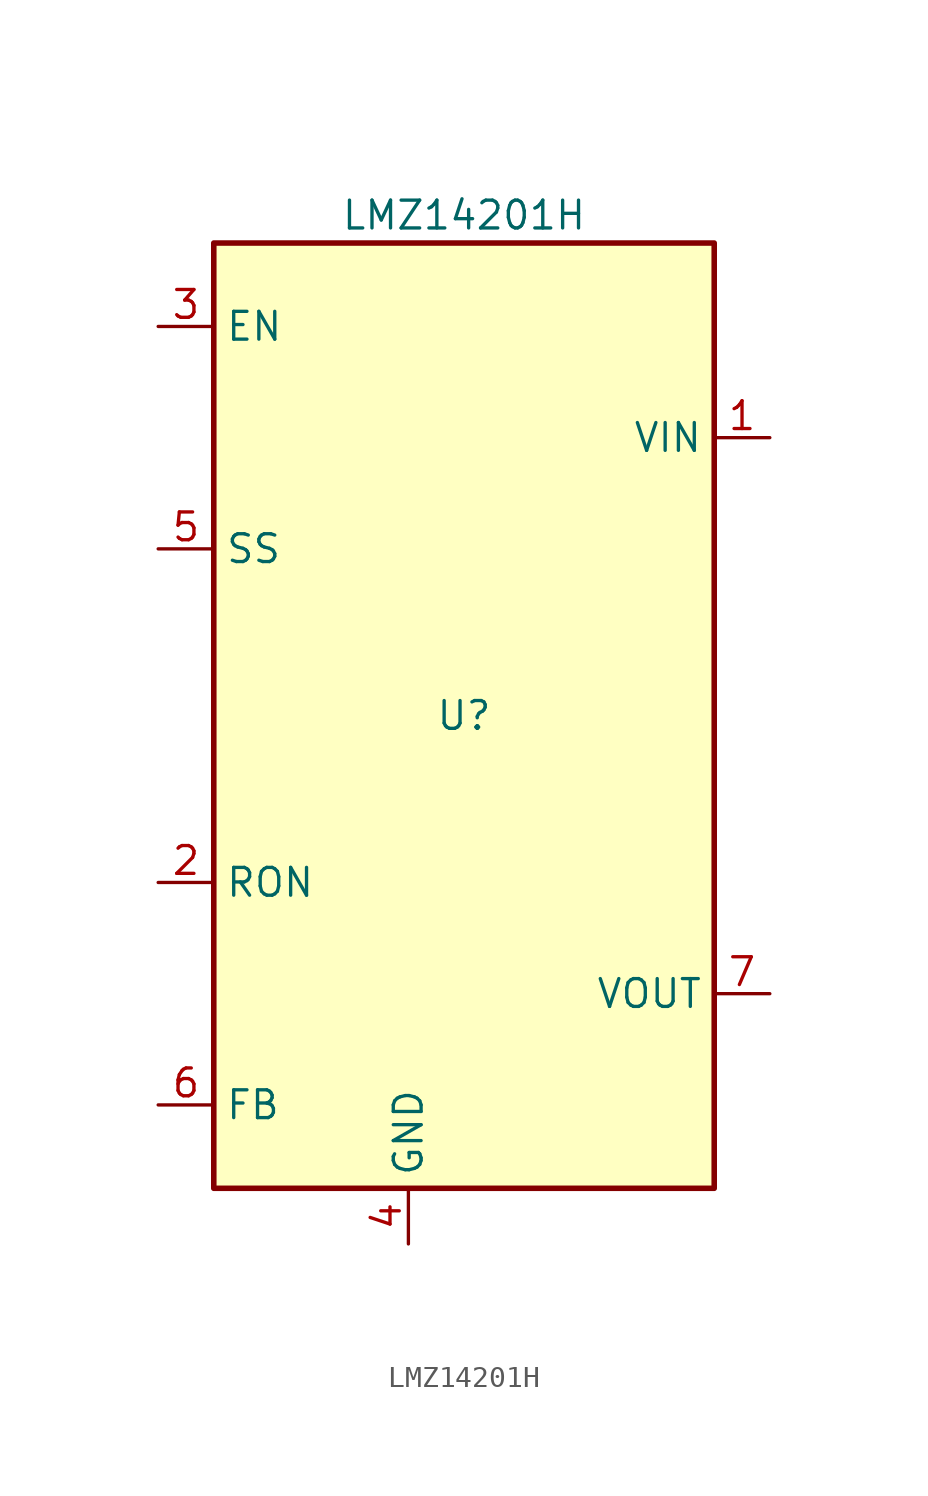
<source format=kicad_sym>
(kicad_symbol_lib
  (version 20231120)
  (generator "kicad_symbol_editor")
  (generator_version "8.0")
  (symbol "LMZ14201H"
    (property "Reference" "U"
      (at 0 0 0)
      (effects (font (size 1.27 1.27))))
    (property "Value" "LMZ14201H"
      (at 0 22.86 0)
      (effects (font (size 1.27 1.27))))
    (symbol "LMZ14201H_1_1"
      (rectangle (start -11.43 21.59) (end 11.43 -21.59) (stroke (width 0.254) (type default)) (fill (type background)))
      (pin power_in line (at 13.97 12.7 180) (length 2.54) (name "VIN" (effects (font (size 1.27 1.27)))) (number "1" (effects (font (size 1.27 1.27)))))
      (pin passive line (at -13.97 -7.62 0) (length 2.54) (name "RON" (effects (font (size 1.27 1.27)))) (number "2" (effects (font (size 1.27 1.27)))))
      (pin passive line (at -13.97 17.78 0) (length 2.54) (name "EN" (effects (font (size 1.27 1.27)))) (number "3" (effects (font (size 1.27 1.27)))))
      (pin passive line (at -2.54 -24.13 90) (length 2.54) (name "GND" (effects (font (size 1.27 1.27)))) (number "4" (effects (font (size 1.27 1.27)))))
      (pin passive line (at -13.97 7.62 0) (length 2.54) (name "SS" (effects (font (size 1.27 1.27)))) (number "5" (effects (font (size 1.27 1.27)))))
      (pin passive line (at -13.97 -17.78 0) (length 2.54) (name "FB" (effects (font (size 1.27 1.27)))) (number "6" (effects (font (size 1.27 1.27)))))
      (pin power_out line (at 13.97 -12.7 180) (length 2.54) (name "VOUT" (effects (font (size 1.27 1.27)))) (number "7" (effects (font (size 1.27 1.27))))))))
</source>
